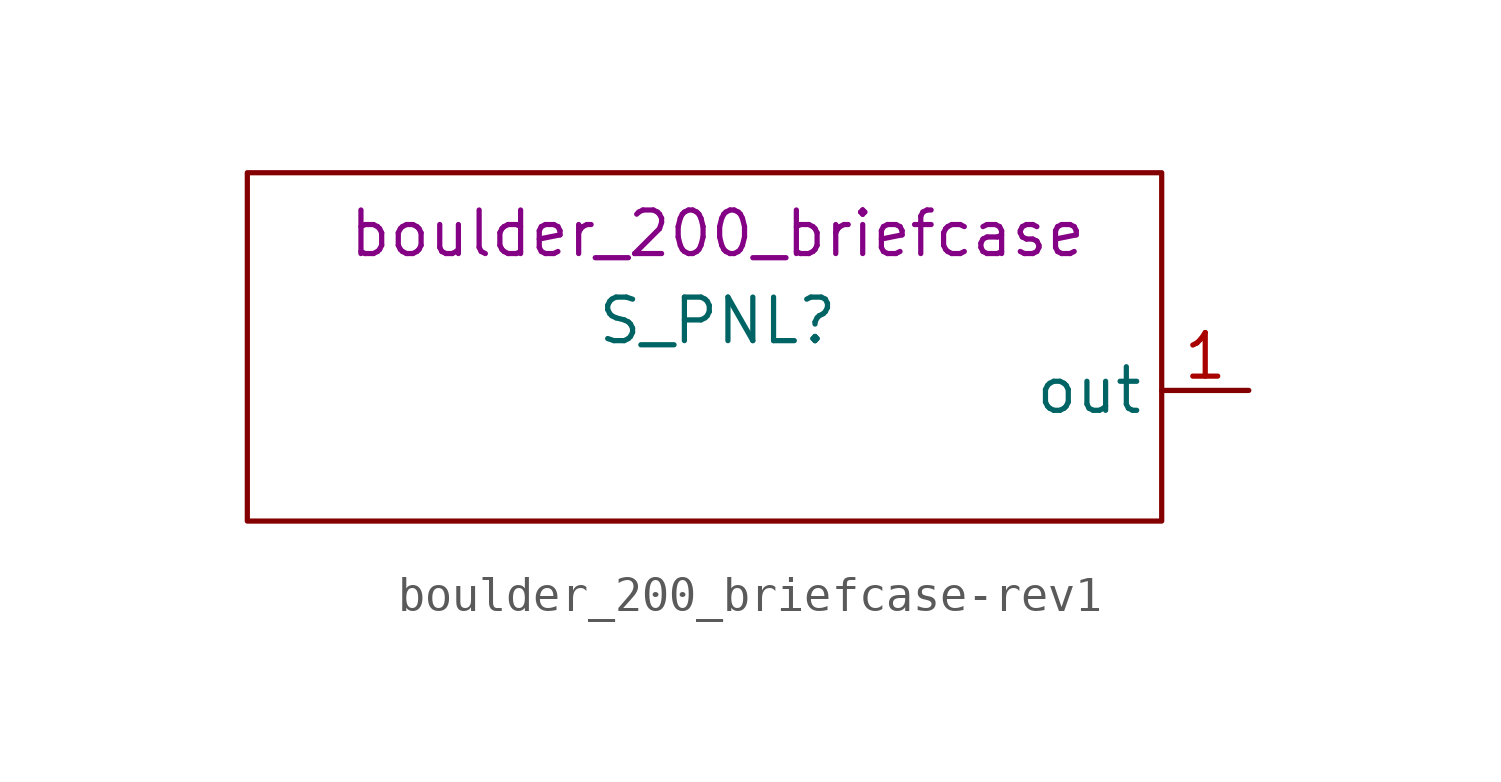
<source format=kicad_sym>
(kicad_symbol_lib
  (version 20241209)
  (generator "kicad_symbol_editor")
  (generator_version "9.0")
  (symbol "boulder_200_briefcase-rev1"
    (property "Reference" "S_PNL"
      (at 13.716 5.842 0)
      (effects (font (size 1.27 1.27))))
    (property "Value" ""
      (at 0 0 0)
      (effects (font (size 1.27 1.27))))
    (property "MFG" ""
      (at 0 0 0)
      (effects (font (size 1.27 1.27))))
    (property "MPN" "boulder_200_briefcase"
      (at 13.716 8.382 0)
      (effects (font (size 1.27 1.27))))
    (symbol "boulder_200_briefcase-rev1_0_1"
      (rectangle (start 0 10.16) (end 26.67 0) (stroke (width 0) (type default)) (fill (type none))))
    (symbol "boulder_200_briefcase-rev1_1_1"
      (pin unspecified line (at 29.21 3.81 180) (length 2.54) (name "out" (effects (font (size 1.27 1.27)))) (number "1" (effects (font (size 1.27 1.27))))))))
</source>
